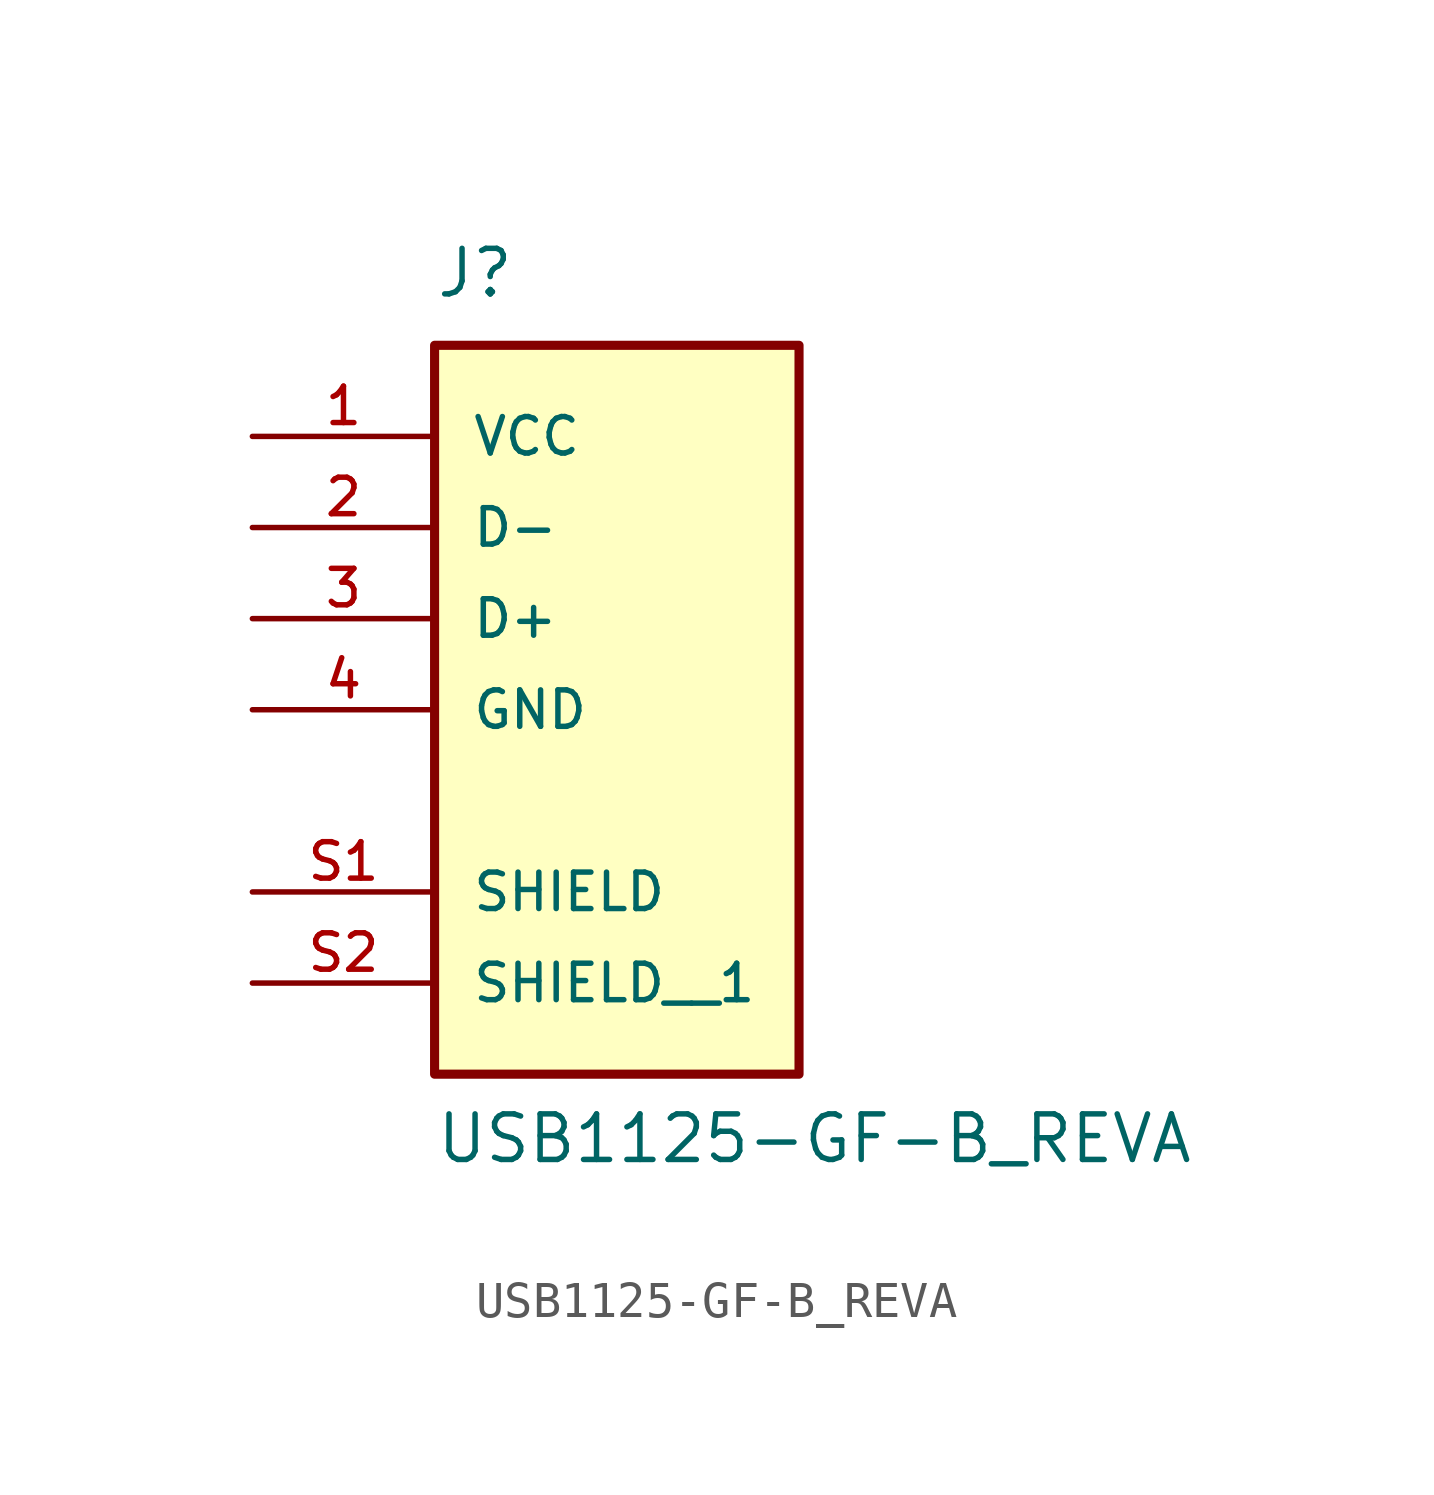
<source format=kicad_sym>
(kicad_symbol_lib
  (version 20211014)
  (generator kicad_symbol_editor)
  (symbol "USB1125-GF-B_REVA"
    (pin_names
      (offset 1.016))
    (property "Reference" "J"
      (at -5.08 8.89 0)
      (effects (font (size 1.27 1.27)) (justify bottom left)))
    (property "Value" "USB1125-GF-B_REVA"
      (at -5.08 -15.24 0)
      (effects (font (size 1.27 1.27)) (justify bottom left)))
    (symbol "USB1125-GF-B_REVA_0_0"
      (rectangle (start -5.08 -12.7) (end 5.08 7.62) (stroke (width 0.254)) (fill (type background)))
      (pin power_in line (at -10.16 5.08 0) (length 5.08) (name "VCC" (effects (font (size 1.016 1.016)))) (number "1" (effects (font (size 1.016 1.016)))))
      (pin bidirectional line (at -10.16 2.54 0) (length 5.08) (name "D-" (effects (font (size 1.016 1.016)))) (number "2" (effects (font (size 1.016 1.016)))))
      (pin bidirectional line (at -10.16 0.0 0) (length 5.08) (name "D+" (effects (font (size 1.016 1.016)))) (number "3" (effects (font (size 1.016 1.016)))))
      (pin power_in line (at -10.16 -2.54 0) (length 5.08) (name "GND" (effects (font (size 1.016 1.016)))) (number "4" (effects (font (size 1.016 1.016)))))
      (pin passive line (at -10.16 -7.62 0) (length 5.08) (name "SHIELD" (effects (font (size 1.016 1.016)))) (number "S1" (effects (font (size 1.016 1.016)))))
      (pin passive line (at -10.16 -10.16 0) (length 5.08) (name "SHIELD__1" (effects (font (size 1.016 1.016)))) (number "S2" (effects (font (size 1.016 1.016))))))))
</source>
